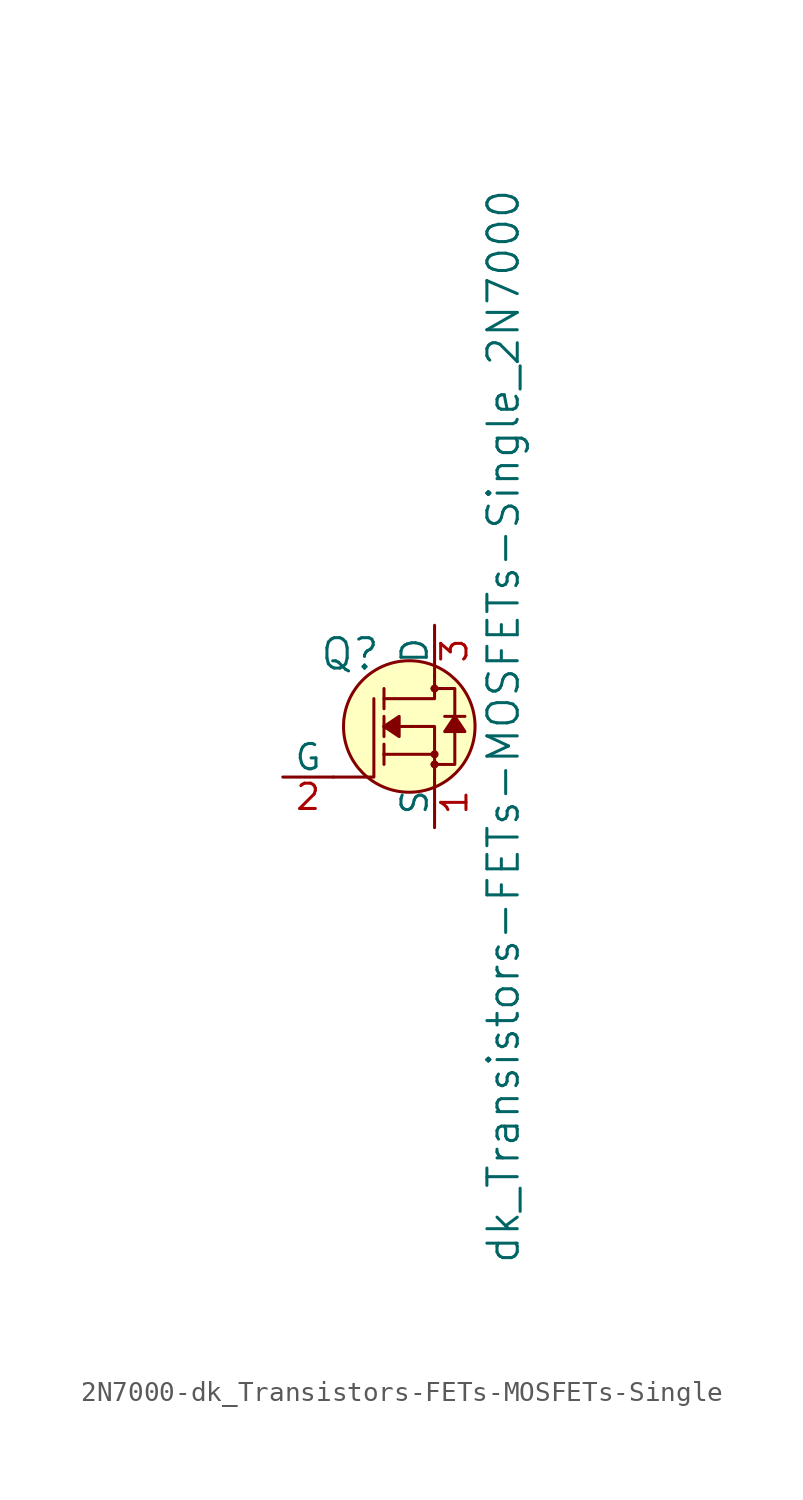
<source format=kicad_sym>
(kicad_symbol_lib
  (version 20231120)
  (generator "kicad_symbol_editor")
  (generator_version "8.0")
  (symbol "2N7000-dk_Transistors-FETs-MOSFETs-Single"
    (pin_names
      (offset 0))
    (property "Reference" "Q"
      (at -2.692 3.632 0)
      (effects (font (size 1.524 1.524)) (justify right)))
    (property "Value" "dk_Transistors-FETs-MOSFETs-Single_2N7000"
      (at 3.454 0 90)
      (effects (font (size 1.524 1.524))))
    (symbol "2N7000-dk_Transistors-FETs-MOSFETs-Single_0_1"
      (circle (center -1.27 0) (radius 3.302) (stroke (width 0) (type solid)) (fill (type background)))
      (circle (center 0 -1.905) (radius 0.127) (stroke (width 0) (type solid)) (fill (type none)))
      (circle (center 0 -1.397) (radius 0.127) (stroke (width 0) (type solid)) (fill (type none)))
      (polyline (pts (xy 0 -1.397) (xy -2.54 -1.397)) (stroke (width 0) (type solid)) (fill (type none)))
      (polyline (pts (xy -5.08 -2.54) (xy -3.048 -2.54) (xy -3.048 1.397)) (stroke (width 0) (type solid)) (fill (type none)))
      (polyline (pts (xy 0 -2.54) (xy 0 0) (xy -2.54 0)) (stroke (width 0) (type solid)) (fill (type none)))
      (polyline (pts (xy 0 2.54) (xy 0 1.397) (xy -2.54 1.397)) (stroke (width 0) (type solid)) (fill (type none)))
      (polyline (pts (xy -0.127 -1.905) (xy 1.016 -1.905) (xy 1.016 1.397) (xy 1.016 1.905) (xy -0.127 1.905)) (stroke (width 0) (type solid)) (fill (type none)))
      (circle (center 0 1.905) (radius 0.127) (stroke (width 0) (type solid)) (fill (type none))))
    (symbol "2N7000-dk_Transistors-FETs-MOSFETs-Single_1_1"
      (polyline (pts (xy -2.54 -1.397) (xy -2.54 -1.905)) (stroke (width 0) (type solid)) (fill (type none)))
      (polyline (pts (xy -2.54 -1.397) (xy -2.54 -0.889)) (stroke (width 0) (type solid)) (fill (type none)))
      (polyline (pts (xy -2.54 0) (xy -2.54 -0.508)) (stroke (width 0) (type solid)) (fill (type none)))
      (polyline (pts (xy -2.54 0) (xy -2.54 0.508)) (stroke (width 0) (type solid)) (fill (type none)))
      (polyline (pts (xy -2.54 1.905) (xy -2.54 0.889)) (stroke (width 0) (type solid)) (fill (type none)))
      (polyline (pts (xy 1.524 0.508) (xy 0.508 0.508)) (stroke (width 0) (type solid)) (fill (type none)))
      (polyline (pts (xy -2.54 0) (xy -1.778 0.508) (xy -1.778 -0.508) (xy -2.54 0)) (stroke (width 0) (type solid)) (fill (type outline)))
      (polyline (pts (xy 1.016 0.508) (xy 0.508 -0.254) (xy 1.524 -0.254) (xy 1.016 0.508)) (stroke (width 0) (type solid)) (fill (type outline)))
      (pin bidirectional line (at 0 -5.08 90) (length 2.54) (name "S" (effects (font (size 1.27 1.27)))) (number "1" (effects (font (size 1.27 1.27)))))
      (pin bidirectional line (at -7.62 -2.54 0) (length 2.54) (name "G" (effects (font (size 1.27 1.27)))) (number "2" (effects (font (size 1.27 1.27)))))
      (pin bidirectional line (at 0 5.08 270) (length 2.54) (name "D" (effects (font (size 1.27 1.27)))) (number "3" (effects (font (size 1.27 1.27))))))))
</source>
